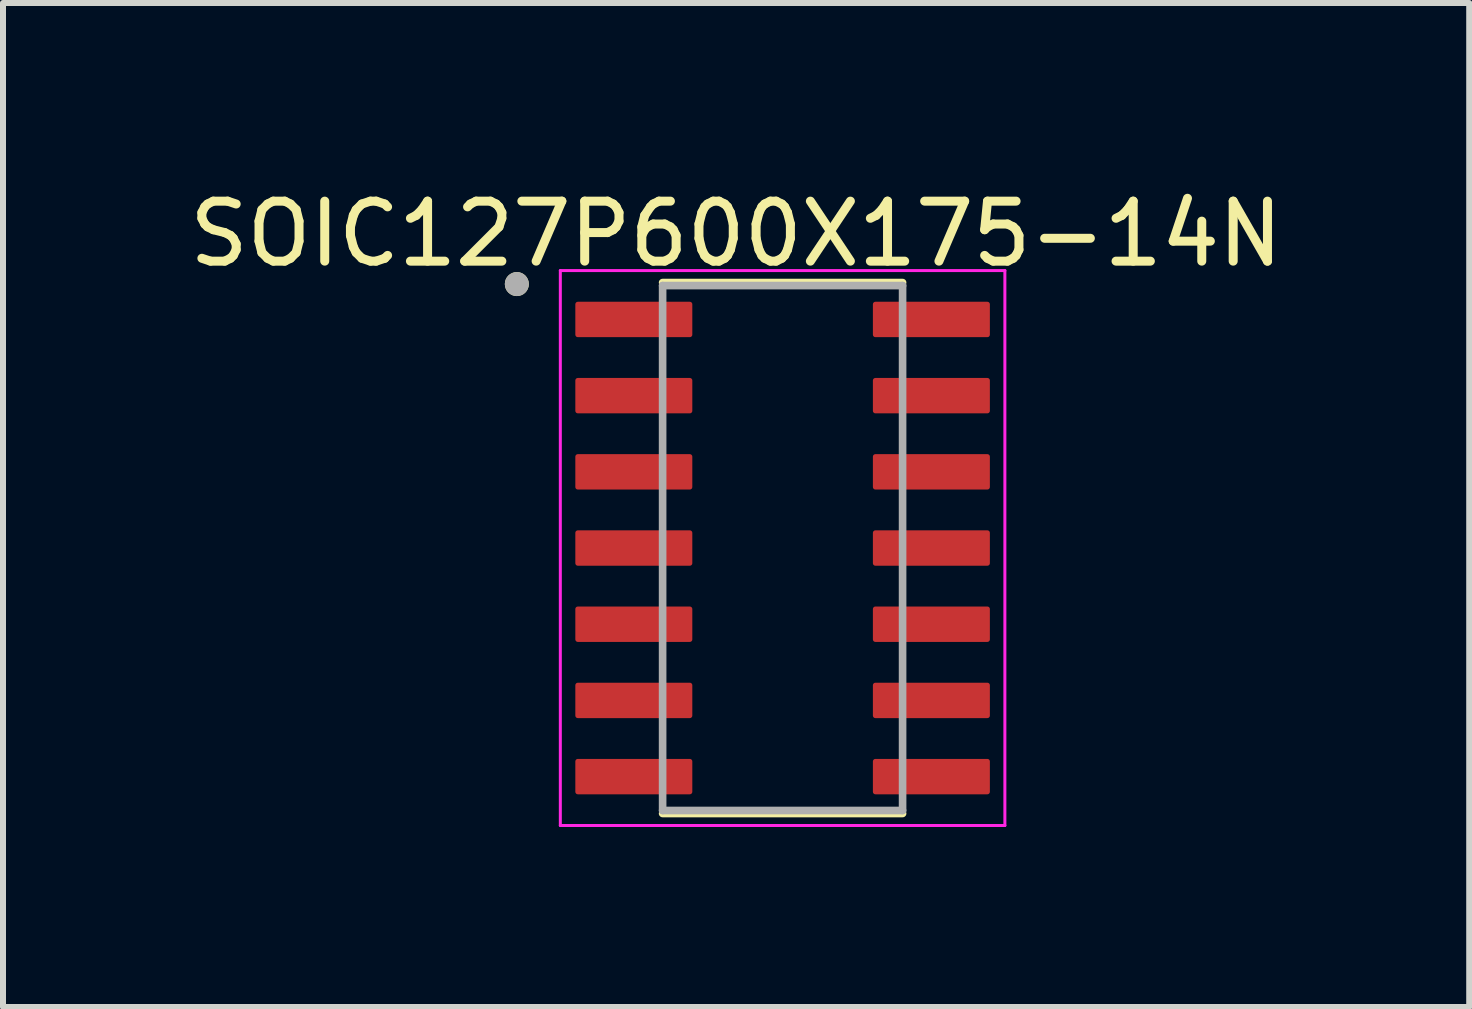
<source format=kicad_pcb>
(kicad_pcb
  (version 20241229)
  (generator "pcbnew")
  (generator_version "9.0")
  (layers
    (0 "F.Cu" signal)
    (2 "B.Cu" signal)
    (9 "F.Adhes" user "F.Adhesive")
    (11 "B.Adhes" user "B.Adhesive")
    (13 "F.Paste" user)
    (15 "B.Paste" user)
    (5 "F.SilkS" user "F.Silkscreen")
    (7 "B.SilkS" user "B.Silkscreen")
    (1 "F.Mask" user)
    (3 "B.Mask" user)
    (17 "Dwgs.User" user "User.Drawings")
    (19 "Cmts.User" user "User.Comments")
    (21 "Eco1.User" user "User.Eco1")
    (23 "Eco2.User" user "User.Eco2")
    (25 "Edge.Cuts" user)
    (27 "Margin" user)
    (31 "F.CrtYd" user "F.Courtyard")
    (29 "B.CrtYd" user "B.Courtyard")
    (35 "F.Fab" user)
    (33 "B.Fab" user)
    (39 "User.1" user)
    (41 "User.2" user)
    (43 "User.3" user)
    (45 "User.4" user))
  (footprint "SOIC127P600X175-14N"
    (layer "F.Cu")
    (at 9.995 6.085)
    (property "Reference" "SOIC127P600X175-14N" (at -0.775 -5.237 0) (layer "F.SilkS") (effects (font (size 1 1) (thickness 0.15))))
    (attr smd)
    (fp_line (start -2 -4.425) (end 2 -4.425) (stroke (width 0.127) (type solid)) (layer "F.SilkS"))
    (fp_line (start -2 4.425) (end 2 4.425) (stroke (width 0.127) (type solid)) (layer "F.SilkS"))
    (fp_circle (center -4.43 -4.4) (end -4.33 -4.4) (stroke (width 0.2) (type solid)) (fill no) (layer "F.SilkS"))
    (fp_line (start -3.705 -4.625) (end -3.705 4.625) (stroke (width 0.05) (type solid)) (layer "F.CrtYd"))
    (fp_line (start -3.705 -4.625) (end 3.705 -4.625) (stroke (width 0.05) (type solid)) (layer "F.CrtYd"))
    (fp_line (start -3.705 4.625) (end 3.705 4.625) (stroke (width 0.05) (type solid)) (layer "F.CrtYd"))
    (fp_line (start 3.705 -4.625) (end 3.705 4.625) (stroke (width 0.05) (type solid)) (layer "F.CrtYd"))
    (fp_line (start -2 -4.375) (end -2 4.375) (stroke (width 0.127) (type solid)) (layer "F.Fab"))
    (fp_line (start -2 -4.375) (end 2 -4.375) (stroke (width 0.127) (type solid)) (layer "F.Fab"))
    (fp_line (start -2 4.375) (end 2 4.375) (stroke (width 0.127) (type solid)) (layer "F.Fab"))
    (fp_line (start 2 -4.375) (end 2 4.375) (stroke (width 0.127) (type solid)) (layer "F.Fab"))
    (fp_circle (center -4.43 -4.4) (end -4.33 -4.4) (stroke (width 0.2) (type solid)) (fill no) (layer "F.Fab"))
    (pad "1" smd roundrect (at -2.48 -3.81) (size 1.95 0.59) (layers "F.Cu" "F.Mask" "F.Paste") (roundrect_rratio 0.07))
    (pad "2" smd roundrect (at -2.48 -2.54) (size 1.95 0.59) (layers "F.Cu" "F.Mask" "F.Paste") (roundrect_rratio 0.07))
    (pad "3" smd roundrect (at -2.48 -1.27) (size 1.95 0.59) (layers "F.Cu" "F.Mask" "F.Paste") (roundrect_rratio 0.07))
    (pad "4" smd roundrect (at -2.48 0) (size 1.95 0.59) (layers "F.Cu" "F.Mask" "F.Paste") (roundrect_rratio 0.07))
    (pad "5" smd roundrect (at -2.48 1.27) (size 1.95 0.59) (layers "F.Cu" "F.Mask" "F.Paste") (roundrect_rratio 0.07))
    (pad "6" smd roundrect (at -2.48 2.54) (size 1.95 0.59) (layers "F.Cu" "F.Mask" "F.Paste") (roundrect_rratio 0.07))
    (pad "7" smd roundrect (at -2.48 3.81) (size 1.95 0.59) (layers "F.Cu" "F.Mask" "F.Paste") (roundrect_rratio 0.07))
    (pad "8" smd roundrect (at 2.48 3.81) (size 1.95 0.59) (layers "F.Cu" "F.Mask" "F.Paste") (roundrect_rratio 0.07))
    (pad "9" smd roundrect (at 2.48 2.54) (size 1.95 0.59) (layers "F.Cu" "F.Mask" "F.Paste") (roundrect_rratio 0.07))
    (pad "10" smd roundrect (at 2.48 1.27) (size 1.95 0.59) (layers "F.Cu" "F.Mask" "F.Paste") (roundrect_rratio 0.07))
    (pad "11" smd roundrect (at 2.48 0) (size 1.95 0.59) (layers "F.Cu" "F.Mask" "F.Paste") (roundrect_rratio 0.07))
    (pad "12" smd roundrect (at 2.48 -1.27) (size 1.95 0.59) (layers "F.Cu" "F.Mask" "F.Paste") (roundrect_rratio 0.07))
    (pad "13" smd roundrect (at 2.48 -2.54) (size 1.95 0.59) (layers "F.Cu" "F.Mask" "F.Paste") (roundrect_rratio 0.07))
    (pad "14" smd roundrect (at 2.48 -3.81) (size 1.95 0.59) (layers "F.Cu" "F.Mask" "F.Paste") (roundrect_rratio 0.07)))
  (gr_rect
    (start -3 -3)
    (end 21.44 13.735)
    (stroke (width 0.1) (type default))
    (fill no)
    (layer "Edge.Cuts")))
</source>
